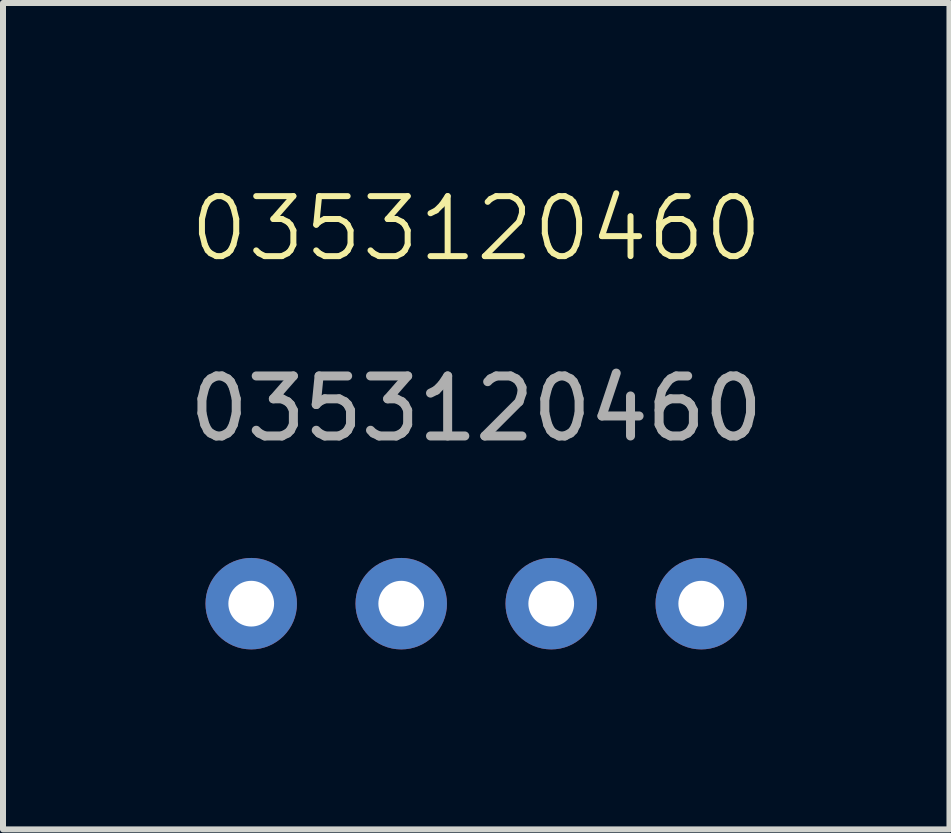
<source format=kicad_pcb>
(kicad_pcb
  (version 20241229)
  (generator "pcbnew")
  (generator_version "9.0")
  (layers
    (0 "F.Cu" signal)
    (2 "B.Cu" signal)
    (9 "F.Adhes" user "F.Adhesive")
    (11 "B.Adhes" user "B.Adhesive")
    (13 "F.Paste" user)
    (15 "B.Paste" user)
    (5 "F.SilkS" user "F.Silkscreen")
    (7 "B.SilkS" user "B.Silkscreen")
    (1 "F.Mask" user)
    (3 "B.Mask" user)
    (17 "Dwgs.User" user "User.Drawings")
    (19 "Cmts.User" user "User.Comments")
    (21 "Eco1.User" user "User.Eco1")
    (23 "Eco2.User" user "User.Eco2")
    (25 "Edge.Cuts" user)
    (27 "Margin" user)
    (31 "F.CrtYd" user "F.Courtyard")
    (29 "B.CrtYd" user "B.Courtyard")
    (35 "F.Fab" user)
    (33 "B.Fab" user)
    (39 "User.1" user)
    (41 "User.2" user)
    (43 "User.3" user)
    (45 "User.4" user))
  (footprint "0353120460"
    (layer "F.Cu")
    (at 1.137 7.011)
    (property "Reference" "0353120460" (at 3.75 -6.25 0) (unlocked yes) (layer "F.SilkS") (effects (font (size 1 1) (thickness 0.1))))
    (attr through_hole)
    (fp_text user "${REFERENCE}" (at 3.75 -3.25 0) (unlocked yes) (layer "F.Fab") (effects (font (size 1 1) (thickness 0.15))))
    (pad "1" thru_hole circle (at 0 0) (size 1.524 1.524) (drill 0.762) (layers "*.Cu" "*.Mask"))
    (pad "2" thru_hole circle (at 2.5 0) (size 1.524 1.524) (drill 0.762) (layers "*.Cu" "*.Mask"))
    (pad "3" thru_hole circle (at 5 0) (size 1.524 1.524) (drill 0.762) (layers "*.Cu" "*.Mask"))
    (pad "4" thru_hole circle (at 7.5 0) (size 1.524 1.524) (drill 0.762) (layers "*.Cu" "*.Mask")))
  (gr_rect
    (start -3 -3)
    (end 12.774 10.773)
    (stroke (width 0.1) (type default))
    (fill no)
    (layer "Edge.Cuts")))
</source>
